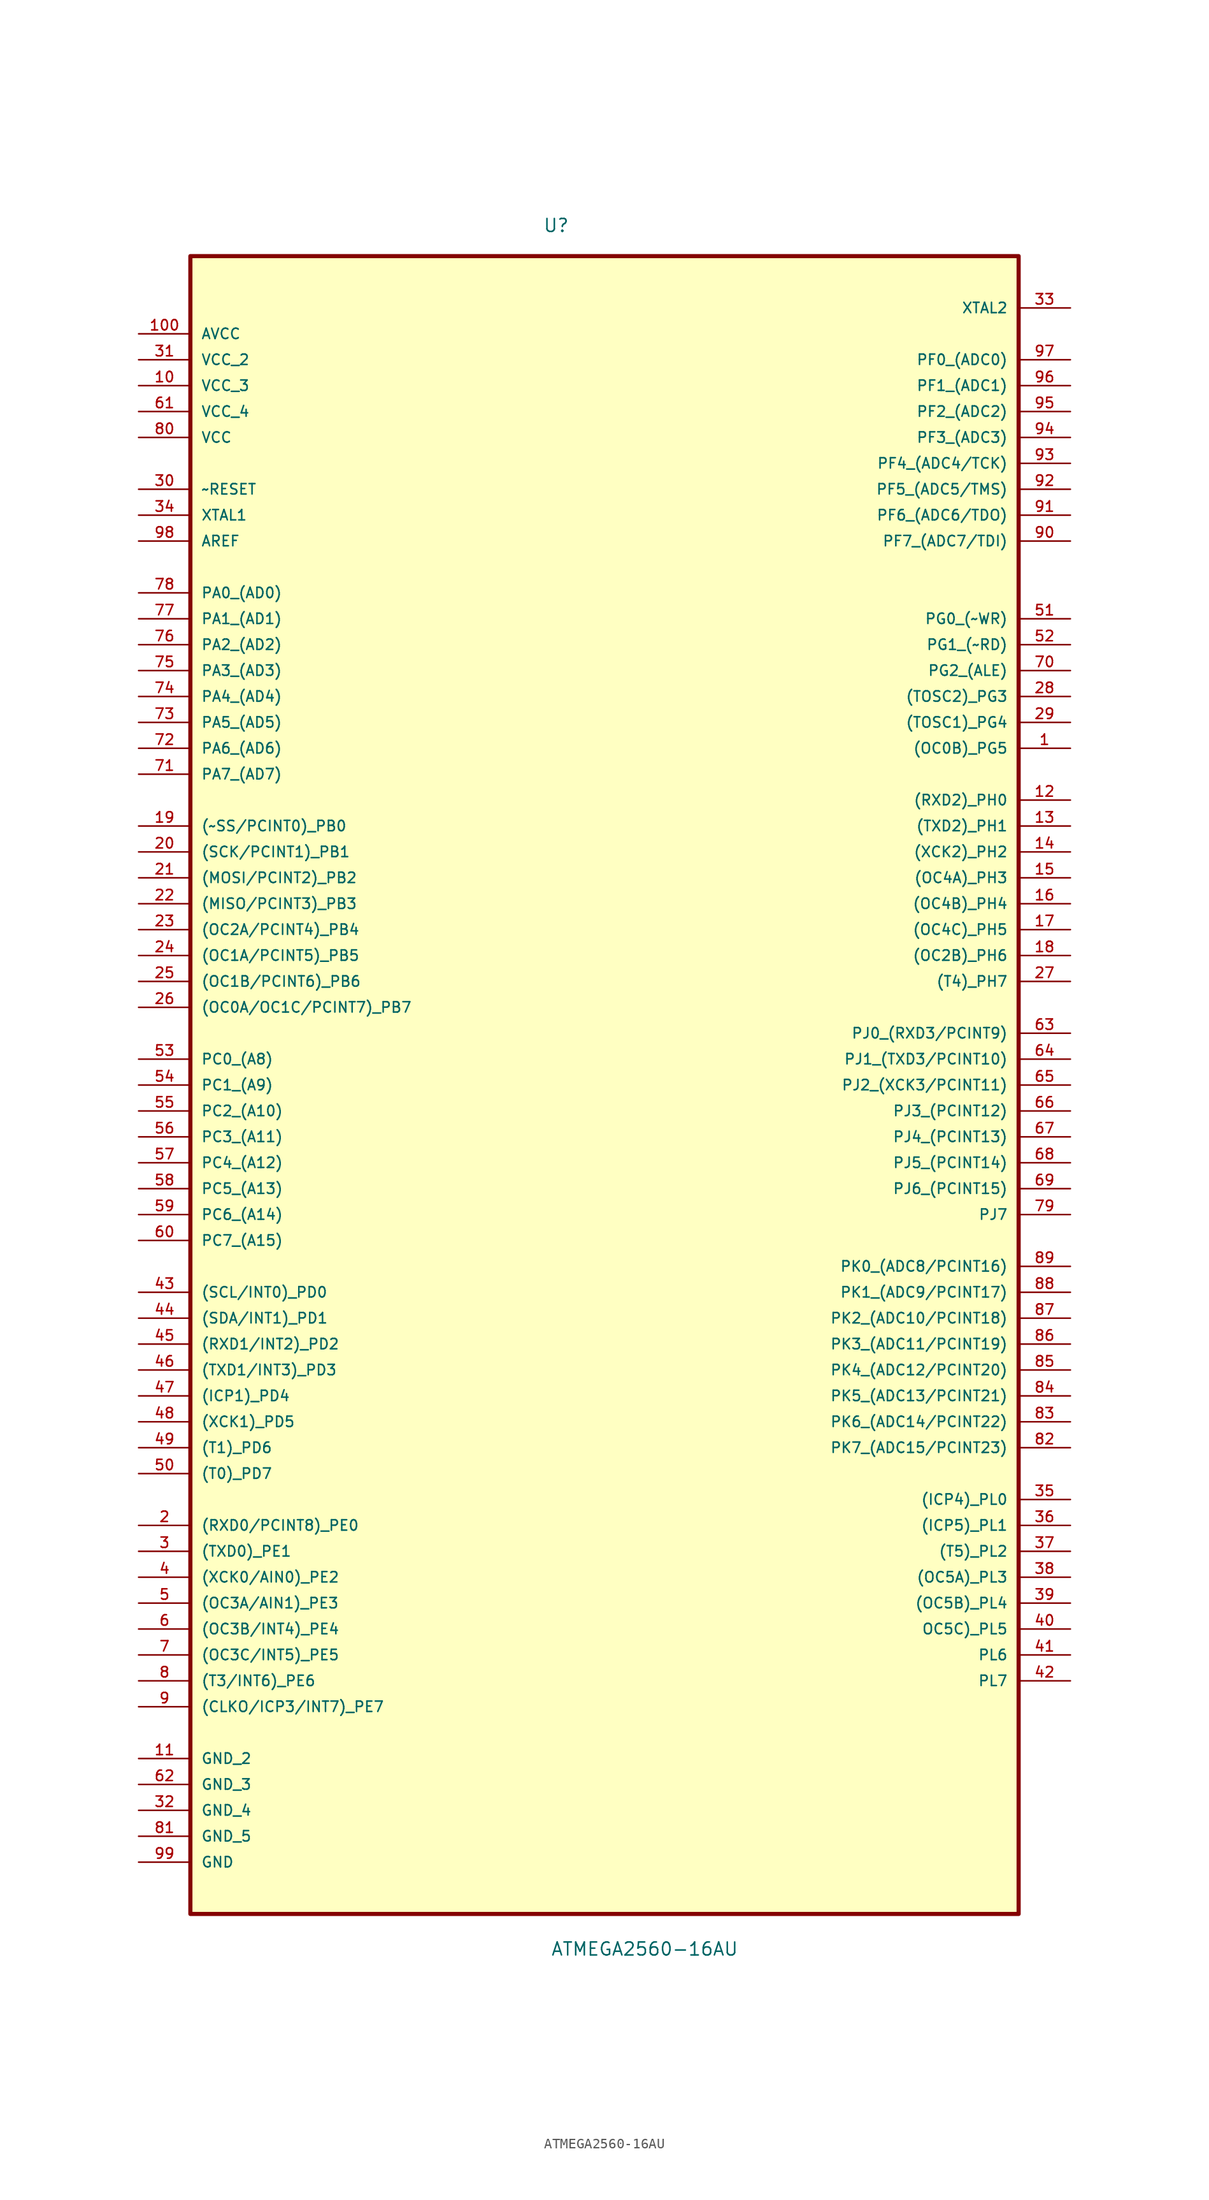
<source format=kicad_sym>
(kicad_symbol_lib
  (version 20220914)
  (generator kicad_symbol_editor)
  (symbol "ATMEGA2560-16AU"
    (pin_names
      (offset 1.016))
    (property "Reference" "U"
      (at -6.051 80.999 0)
      (effects (font (size 1.27 1.27)) (justify left bottom)))
    (property "Value" "ATMEGA2560-16AU"
      (at -5.287 -88.001 0)
      (effects (font (size 1.27 1.27)) (justify left bottom)))
    (symbol "ATMEGA2560-16AU_0_0"
      (rectangle (start -40.64 -83.82) (end 40.64 78.74) (stroke (width 0.406) (type default)) (fill (type background)))
      (pin bidirectional line (at 45.72 30.48 180) (length 5.08) (name "(OC0B)_PG5" (effects (font (size 1.016 1.016)))) (number "1" (effects (font (size 1.016 1.016)))))
      (pin power_in line (at -45.72 66.04 0) (length 5.08) (name "VCC_3" (effects (font (size 1.016 1.016)))) (number "10" (effects (font (size 1.016 1.016)))))
      (pin power_in line (at -45.72 71.12 0) (length 5.08) (name "AVCC" (effects (font (size 1.016 1.016)))) (number "100" (effects (font (size 1.016 1.016)))))
      (pin passive line (at -45.72 -68.58 0) (length 5.08) (name "GND_2" (effects (font (size 1.016 1.016)))) (number "11" (effects (font (size 1.016 1.016)))))
      (pin bidirectional line (at 45.72 25.4 180) (length 5.08) (name "(RXD2)_PH0" (effects (font (size 1.016 1.016)))) (number "12" (effects (font (size 1.016 1.016)))))
      (pin bidirectional line (at 45.72 22.86 180) (length 5.08) (name "(TXD2)_PH1" (effects (font (size 1.016 1.016)))) (number "13" (effects (font (size 1.016 1.016)))))
      (pin bidirectional line (at 45.72 20.32 180) (length 5.08) (name "(XCK2)_PH2" (effects (font (size 1.016 1.016)))) (number "14" (effects (font (size 1.016 1.016)))))
      (pin bidirectional line (at 45.72 17.78 180) (length 5.08) (name "(OC4A)_PH3" (effects (font (size 1.016 1.016)))) (number "15" (effects (font (size 1.016 1.016)))))
      (pin bidirectional line (at 45.72 15.24 180) (length 5.08) (name "(OC4B)_PH4" (effects (font (size 1.016 1.016)))) (number "16" (effects (font (size 1.016 1.016)))))
      (pin bidirectional line (at 45.72 12.7 180) (length 5.08) (name "(OC4C)_PH5" (effects (font (size 1.016 1.016)))) (number "17" (effects (font (size 1.016 1.016)))))
      (pin bidirectional line (at 45.72 10.16 180) (length 5.08) (name "(OC2B)_PH6" (effects (font (size 1.016 1.016)))) (number "18" (effects (font (size 1.016 1.016)))))
      (pin bidirectional line (at -45.72 22.86 0) (length 5.08) (name "(~SS/PCINT0)_PB0" (effects (font (size 1.016 1.016)))) (number "19" (effects (font (size 1.016 1.016)))))
      (pin bidirectional line (at -45.72 -45.72 0) (length 5.08) (name "(RXD0/PCINT8)_PE0" (effects (font (size 1.016 1.016)))) (number "2" (effects (font (size 1.016 1.016)))))
      (pin bidirectional line (at -45.72 20.32 0) (length 5.08) (name "(SCK/PCINT1)_PB1" (effects (font (size 1.016 1.016)))) (number "20" (effects (font (size 1.016 1.016)))))
      (pin bidirectional line (at -45.72 17.78 0) (length 5.08) (name "(MOSI/PCINT2)_PB2" (effects (font (size 1.016 1.016)))) (number "21" (effects (font (size 1.016 1.016)))))
      (pin bidirectional line (at -45.72 15.24 0) (length 5.08) (name "(MISO/PCINT3)_PB3" (effects (font (size 1.016 1.016)))) (number "22" (effects (font (size 1.016 1.016)))))
      (pin bidirectional line (at -45.72 12.7 0) (length 5.08) (name "(OC2A/PCINT4)_PB4" (effects (font (size 1.016 1.016)))) (number "23" (effects (font (size 1.016 1.016)))))
      (pin bidirectional line (at -45.72 10.16 0) (length 5.08) (name "(OC1A/PCINT5)_PB5" (effects (font (size 1.016 1.016)))) (number "24" (effects (font (size 1.016 1.016)))))
      (pin bidirectional line (at -45.72 7.62 0) (length 5.08) (name "(OC1B/PCINT6)_PB6" (effects (font (size 1.016 1.016)))) (number "25" (effects (font (size 1.016 1.016)))))
      (pin bidirectional line (at -45.72 5.08 0) (length 5.08) (name "(OC0A/OC1C/PCINT7)_PB7" (effects (font (size 1.016 1.016)))) (number "26" (effects (font (size 1.016 1.016)))))
      (pin bidirectional line (at 45.72 7.62 180) (length 5.08) (name "(T4)_PH7" (effects (font (size 1.016 1.016)))) (number "27" (effects (font (size 1.016 1.016)))))
      (pin bidirectional line (at 45.72 35.56 180) (length 5.08) (name "(TOSC2)_PG3" (effects (font (size 1.016 1.016)))) (number "28" (effects (font (size 1.016 1.016)))))
      (pin bidirectional line (at 45.72 33.02 180) (length 5.08) (name "(TOSC1)_PG4" (effects (font (size 1.016 1.016)))) (number "29" (effects (font (size 1.016 1.016)))))
      (pin bidirectional line (at -45.72 -48.26 0) (length 5.08) (name "(TXD0)_PE1" (effects (font (size 1.016 1.016)))) (number "3" (effects (font (size 1.016 1.016)))))
      (pin input line (at -45.72 55.88 0) (length 5.08) (name "~RESET" (effects (font (size 1.016 1.016)))) (number "30" (effects (font (size 1.016 1.016)))))
      (pin power_in line (at -45.72 68.58 0) (length 5.08) (name "VCC_2" (effects (font (size 1.016 1.016)))) (number "31" (effects (font (size 1.016 1.016)))))
      (pin passive line (at -45.72 -73.66 0) (length 5.08) (name "GND_4" (effects (font (size 1.016 1.016)))) (number "32" (effects (font (size 1.016 1.016)))))
      (pin output line (at 45.72 73.66 180) (length 5.08) (name "XTAL2" (effects (font (size 1.016 1.016)))) (number "33" (effects (font (size 1.016 1.016)))))
      (pin input line (at -45.72 53.34 0) (length 5.08) (name "XTAL1" (effects (font (size 1.016 1.016)))) (number "34" (effects (font (size 1.016 1.016)))))
      (pin bidirectional line (at 45.72 -43.18 180) (length 5.08) (name "(ICP4)_PL0" (effects (font (size 1.016 1.016)))) (number "35" (effects (font (size 1.016 1.016)))))
      (pin bidirectional line (at 45.72 -45.72 180) (length 5.08) (name "(ICP5)_PL1" (effects (font (size 1.016 1.016)))) (number "36" (effects (font (size 1.016 1.016)))))
      (pin bidirectional line (at 45.72 -48.26 180) (length 5.08) (name "(T5)_PL2" (effects (font (size 1.016 1.016)))) (number "37" (effects (font (size 1.016 1.016)))))
      (pin bidirectional line (at 45.72 -50.8 180) (length 5.08) (name "(OC5A)_PL3" (effects (font (size 1.016 1.016)))) (number "38" (effects (font (size 1.016 1.016)))))
      (pin bidirectional line (at 45.72 -53.34 180) (length 5.08) (name "(OC5B)_PL4" (effects (font (size 1.016 1.016)))) (number "39" (effects (font (size 1.016 1.016)))))
      (pin bidirectional line (at -45.72 -50.8 0) (length 5.08) (name "(XCK0/AIN0)_PE2" (effects (font (size 1.016 1.016)))) (number "4" (effects (font (size 1.016 1.016)))))
      (pin bidirectional line (at 45.72 -55.88 180) (length 5.08) (name "OC5C)_PL5" (effects (font (size 1.016 1.016)))) (number "40" (effects (font (size 1.016 1.016)))))
      (pin bidirectional line (at 45.72 -58.42 180) (length 5.08) (name "PL6" (effects (font (size 1.016 1.016)))) (number "41" (effects (font (size 1.016 1.016)))))
      (pin bidirectional line (at 45.72 -60.96 180) (length 5.08) (name "PL7" (effects (font (size 1.016 1.016)))) (number "42" (effects (font (size 1.016 1.016)))))
      (pin bidirectional line (at -45.72 -22.86 0) (length 5.08) (name "(SCL/INT0)_PD0" (effects (font (size 1.016 1.016)))) (number "43" (effects (font (size 1.016 1.016)))))
      (pin bidirectional line (at -45.72 -25.4 0) (length 5.08) (name "(SDA/INT1)_PD1" (effects (font (size 1.016 1.016)))) (number "44" (effects (font (size 1.016 1.016)))))
      (pin bidirectional line (at -45.72 -27.94 0) (length 5.08) (name "(RXD1/INT2)_PD2" (effects (font (size 1.016 1.016)))) (number "45" (effects (font (size 1.016 1.016)))))
      (pin bidirectional line (at -45.72 -30.48 0) (length 5.08) (name "(TXD1/INT3)_PD3" (effects (font (size 1.016 1.016)))) (number "46" (effects (font (size 1.016 1.016)))))
      (pin bidirectional line (at -45.72 -33.02 0) (length 5.08) (name "(ICP1)_PD4" (effects (font (size 1.016 1.016)))) (number "47" (effects (font (size 1.016 1.016)))))
      (pin bidirectional line (at -45.72 -35.56 0) (length 5.08) (name "(XCK1)_PD5" (effects (font (size 1.016 1.016)))) (number "48" (effects (font (size 1.016 1.016)))))
      (pin bidirectional line (at -45.72 -38.1 0) (length 5.08) (name "(T1)_PD6" (effects (font (size 1.016 1.016)))) (number "49" (effects (font (size 1.016 1.016)))))
      (pin bidirectional line (at -45.72 -53.34 0) (length 5.08) (name "(OC3A/AIN1)_PE3" (effects (font (size 1.016 1.016)))) (number "5" (effects (font (size 1.016 1.016)))))
      (pin bidirectional line (at -45.72 -40.64 0) (length 5.08) (name "(T0)_PD7" (effects (font (size 1.016 1.016)))) (number "50" (effects (font (size 1.016 1.016)))))
      (pin bidirectional line (at 45.72 43.18 180) (length 5.08) (name "PG0_(~WR)" (effects (font (size 1.016 1.016)))) (number "51" (effects (font (size 1.016 1.016)))))
      (pin bidirectional line (at 45.72 40.64 180) (length 5.08) (name "PG1_(~RD)" (effects (font (size 1.016 1.016)))) (number "52" (effects (font (size 1.016 1.016)))))
      (pin bidirectional line (at -45.72 0 0) (length 5.08) (name "PC0_(A8)" (effects (font (size 1.016 1.016)))) (number "53" (effects (font (size 1.016 1.016)))))
      (pin bidirectional line (at -45.72 -2.54 0) (length 5.08) (name "PC1_(A9)" (effects (font (size 1.016 1.016)))) (number "54" (effects (font (size 1.016 1.016)))))
      (pin bidirectional line (at -45.72 -5.08 0) (length 5.08) (name "PC2_(A10)" (effects (font (size 1.016 1.016)))) (number "55" (effects (font (size 1.016 1.016)))))
      (pin bidirectional line (at -45.72 -7.62 0) (length 5.08) (name "PC3_(A11)" (effects (font (size 1.016 1.016)))) (number "56" (effects (font (size 1.016 1.016)))))
      (pin bidirectional line (at -45.72 -10.16 0) (length 5.08) (name "PC4_(A12)" (effects (font (size 1.016 1.016)))) (number "57" (effects (font (size 1.016 1.016)))))
      (pin bidirectional line (at -45.72 -12.7 0) (length 5.08) (name "PC5_(A13)" (effects (font (size 1.016 1.016)))) (number "58" (effects (font (size 1.016 1.016)))))
      (pin bidirectional line (at -45.72 -15.24 0) (length 5.08) (name "PC6_(A14)" (effects (font (size 1.016 1.016)))) (number "59" (effects (font (size 1.016 1.016)))))
      (pin bidirectional line (at -45.72 -55.88 0) (length 5.08) (name "(OC3B/INT4)_PE4" (effects (font (size 1.016 1.016)))) (number "6" (effects (font (size 1.016 1.016)))))
      (pin bidirectional line (at -45.72 -17.78 0) (length 5.08) (name "PC7_(A15)" (effects (font (size 1.016 1.016)))) (number "60" (effects (font (size 1.016 1.016)))))
      (pin power_in line (at -45.72 63.5 0) (length 5.08) (name "VCC_4" (effects (font (size 1.016 1.016)))) (number "61" (effects (font (size 1.016 1.016)))))
      (pin passive line (at -45.72 -71.12 0) (length 5.08) (name "GND_3" (effects (font (size 1.016 1.016)))) (number "62" (effects (font (size 1.016 1.016)))))
      (pin bidirectional line (at 45.72 2.54 180) (length 5.08) (name "PJ0_(RXD3/PCINT9)" (effects (font (size 1.016 1.016)))) (number "63" (effects (font (size 1.016 1.016)))))
      (pin bidirectional line (at 45.72 0 180) (length 5.08) (name "PJ1_(TXD3/PCINT10)" (effects (font (size 1.016 1.016)))) (number "64" (effects (font (size 1.016 1.016)))))
      (pin bidirectional line (at 45.72 -2.54 180) (length 5.08) (name "PJ2_(XCK3/PCINT11)" (effects (font (size 1.016 1.016)))) (number "65" (effects (font (size 1.016 1.016)))))
      (pin bidirectional line (at 45.72 -5.08 180) (length 5.08) (name "PJ3_(PCINT12)" (effects (font (size 1.016 1.016)))) (number "66" (effects (font (size 1.016 1.016)))))
      (pin bidirectional line (at 45.72 -7.62 180) (length 5.08) (name "PJ4_(PCINT13)" (effects (font (size 1.016 1.016)))) (number "67" (effects (font (size 1.016 1.016)))))
      (pin bidirectional line (at 45.72 -10.16 180) (length 5.08) (name "PJ5_(PCINT14)" (effects (font (size 1.016 1.016)))) (number "68" (effects (font (size 1.016 1.016)))))
      (pin bidirectional line (at 45.72 -12.7 180) (length 5.08) (name "PJ6_(PCINT15)" (effects (font (size 1.016 1.016)))) (number "69" (effects (font (size 1.016 1.016)))))
      (pin bidirectional line (at -45.72 -58.42 0) (length 5.08) (name "(OC3C/INT5)_PE5" (effects (font (size 1.016 1.016)))) (number "7" (effects (font (size 1.016 1.016)))))
      (pin bidirectional line (at 45.72 38.1 180) (length 5.08) (name "PG2_(ALE)" (effects (font (size 1.016 1.016)))) (number "70" (effects (font (size 1.016 1.016)))))
      (pin bidirectional line (at -45.72 27.94 0) (length 5.08) (name "PA7_(AD7)" (effects (font (size 1.016 1.016)))) (number "71" (effects (font (size 1.016 1.016)))))
      (pin bidirectional line (at -45.72 30.48 0) (length 5.08) (name "PA6_(AD6)" (effects (font (size 1.016 1.016)))) (number "72" (effects (font (size 1.016 1.016)))))
      (pin bidirectional line (at -45.72 33.02 0) (length 5.08) (name "PA5_(AD5)" (effects (font (size 1.016 1.016)))) (number "73" (effects (font (size 1.016 1.016)))))
      (pin bidirectional line (at -45.72 35.56 0) (length 5.08) (name "PA4_(AD4)" (effects (font (size 1.016 1.016)))) (number "74" (effects (font (size 1.016 1.016)))))
      (pin bidirectional line (at -45.72 38.1 0) (length 5.08) (name "PA3_(AD3)" (effects (font (size 1.016 1.016)))) (number "75" (effects (font (size 1.016 1.016)))))
      (pin bidirectional line (at -45.72 40.64 0) (length 5.08) (name "PA2_(AD2)" (effects (font (size 1.016 1.016)))) (number "76" (effects (font (size 1.016 1.016)))))
      (pin bidirectional line (at -45.72 43.18 0) (length 5.08) (name "PA1_(AD1)" (effects (font (size 1.016 1.016)))) (number "77" (effects (font (size 1.016 1.016)))))
      (pin bidirectional line (at -45.72 45.72 0) (length 5.08) (name "PA0_(AD0)" (effects (font (size 1.016 1.016)))) (number "78" (effects (font (size 1.016 1.016)))))
      (pin bidirectional line (at 45.72 -15.24 180) (length 5.08) (name "PJ7" (effects (font (size 1.016 1.016)))) (number "79" (effects (font (size 1.016 1.016)))))
      (pin bidirectional line (at -45.72 -60.96 0) (length 5.08) (name "(T3/INT6)_PE6" (effects (font (size 1.016 1.016)))) (number "8" (effects (font (size 1.016 1.016)))))
      (pin power_in line (at -45.72 60.96 0) (length 5.08) (name "VCC" (effects (font (size 1.016 1.016)))) (number "80" (effects (font (size 1.016 1.016)))))
      (pin passive line (at -45.72 -76.2 0) (length 5.08) (name "GND_5" (effects (font (size 1.016 1.016)))) (number "81" (effects (font (size 1.016 1.016)))))
      (pin bidirectional line (at 45.72 -38.1 180) (length 5.08) (name "PK7_(ADC15/PCINT23)" (effects (font (size 1.016 1.016)))) (number "82" (effects (font (size 1.016 1.016)))))
      (pin bidirectional line (at 45.72 -35.56 180) (length 5.08) (name "PK6_(ADC14/PCINT22)" (effects (font (size 1.016 1.016)))) (number "83" (effects (font (size 1.016 1.016)))))
      (pin bidirectional line (at 45.72 -33.02 180) (length 5.08) (name "PK5_(ADC13/PCINT21)" (effects (font (size 1.016 1.016)))) (number "84" (effects (font (size 1.016 1.016)))))
      (pin bidirectional line (at 45.72 -30.48 180) (length 5.08) (name "PK4_(ADC12/PCINT20)" (effects (font (size 1.016 1.016)))) (number "85" (effects (font (size 1.016 1.016)))))
      (pin bidirectional line (at 45.72 -27.94 180) (length 5.08) (name "PK3_(ADC11/PCINT19)" (effects (font (size 1.016 1.016)))) (number "86" (effects (font (size 1.016 1.016)))))
      (pin bidirectional line (at 45.72 -25.4 180) (length 5.08) (name "PK2_(ADC10/PCINT18)" (effects (font (size 1.016 1.016)))) (number "87" (effects (font (size 1.016 1.016)))))
      (pin bidirectional line (at 45.72 -22.86 180) (length 5.08) (name "PK1_(ADC9/PCINT17)" (effects (font (size 1.016 1.016)))) (number "88" (effects (font (size 1.016 1.016)))))
      (pin bidirectional line (at 45.72 -20.32 180) (length 5.08) (name "PK0_(ADC8/PCINT16)" (effects (font (size 1.016 1.016)))) (number "89" (effects (font (size 1.016 1.016)))))
      (pin bidirectional line (at -45.72 -63.5 0) (length 5.08) (name "(CLKO/ICP3/INT7)_PE7" (effects (font (size 1.016 1.016)))) (number "9" (effects (font (size 1.016 1.016)))))
      (pin bidirectional line (at 45.72 50.8 180) (length 5.08) (name "PF7_(ADC7/TDI)" (effects (font (size 1.016 1.016)))) (number "90" (effects (font (size 1.016 1.016)))))
      (pin bidirectional line (at 45.72 53.34 180) (length 5.08) (name "PF6_(ADC6/TDO)" (effects (font (size 1.016 1.016)))) (number "91" (effects (font (size 1.016 1.016)))))
      (pin bidirectional line (at 45.72 55.88 180) (length 5.08) (name "PF5_(ADC5/TMS)" (effects (font (size 1.016 1.016)))) (number "92" (effects (font (size 1.016 1.016)))))
      (pin bidirectional line (at 45.72 58.42 180) (length 5.08) (name "PF4_(ADC4/TCK)" (effects (font (size 1.016 1.016)))) (number "93" (effects (font (size 1.016 1.016)))))
      (pin bidirectional line (at 45.72 60.96 180) (length 5.08) (name "PF3_(ADC3)" (effects (font (size 1.016 1.016)))) (number "94" (effects (font (size 1.016 1.016)))))
      (pin bidirectional line (at 45.72 63.5 180) (length 5.08) (name "PF2_(ADC2)" (effects (font (size 1.016 1.016)))) (number "95" (effects (font (size 1.016 1.016)))))
      (pin bidirectional line (at 45.72 66.04 180) (length 5.08) (name "PF1_(ADC1)" (effects (font (size 1.016 1.016)))) (number "96" (effects (font (size 1.016 1.016)))))
      (pin bidirectional line (at 45.72 68.58 180) (length 5.08) (name "PF0_(ADC0)" (effects (font (size 1.016 1.016)))) (number "97" (effects (font (size 1.016 1.016)))))
      (pin input line (at -45.72 50.8 0) (length 5.08) (name "AREF" (effects (font (size 1.016 1.016)))) (number "98" (effects (font (size 1.016 1.016)))))
      (pin passive line (at -45.72 -78.74 0) (length 5.08) (name "GND" (effects (font (size 1.016 1.016)))) (number "99" (effects (font (size 1.016 1.016))))))))
</source>
